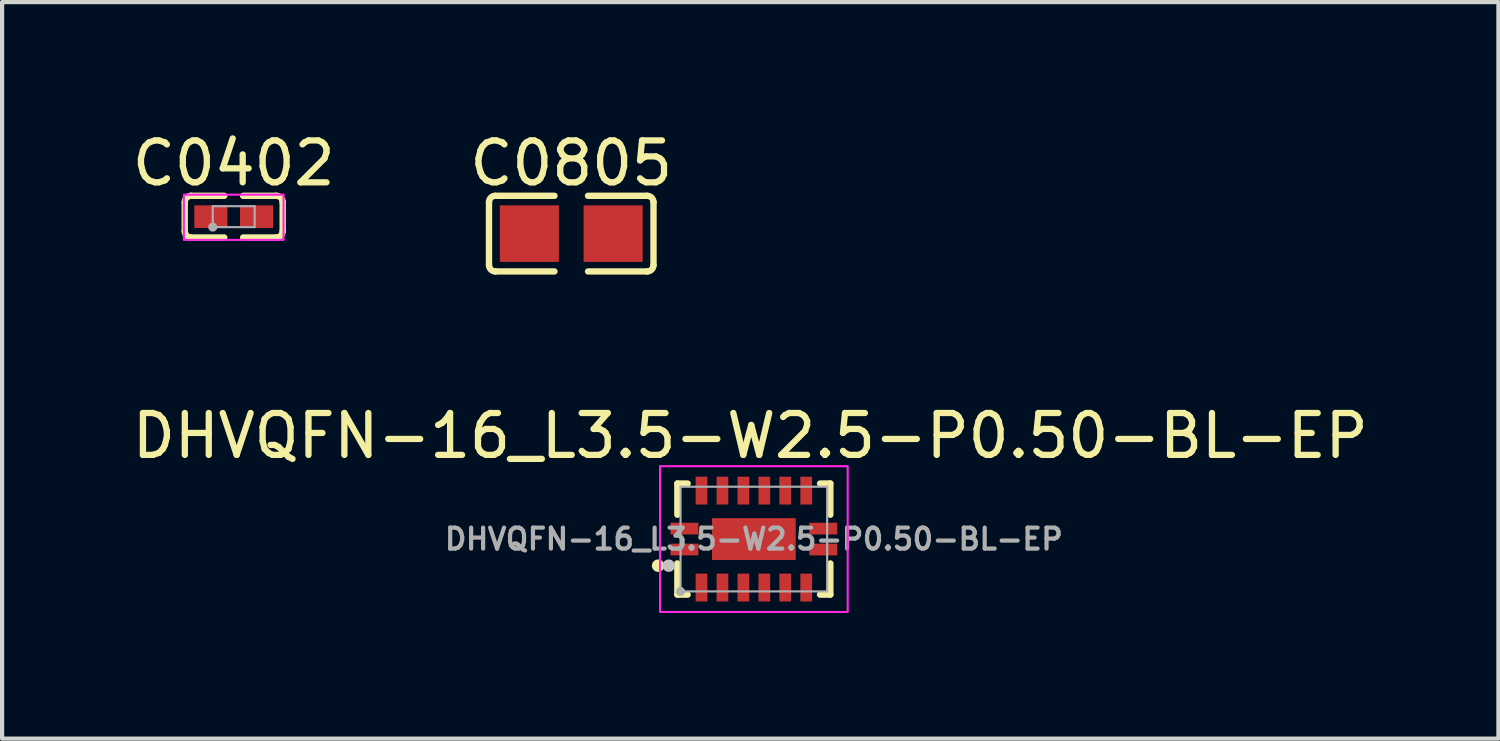
<source format=kicad_pcb>
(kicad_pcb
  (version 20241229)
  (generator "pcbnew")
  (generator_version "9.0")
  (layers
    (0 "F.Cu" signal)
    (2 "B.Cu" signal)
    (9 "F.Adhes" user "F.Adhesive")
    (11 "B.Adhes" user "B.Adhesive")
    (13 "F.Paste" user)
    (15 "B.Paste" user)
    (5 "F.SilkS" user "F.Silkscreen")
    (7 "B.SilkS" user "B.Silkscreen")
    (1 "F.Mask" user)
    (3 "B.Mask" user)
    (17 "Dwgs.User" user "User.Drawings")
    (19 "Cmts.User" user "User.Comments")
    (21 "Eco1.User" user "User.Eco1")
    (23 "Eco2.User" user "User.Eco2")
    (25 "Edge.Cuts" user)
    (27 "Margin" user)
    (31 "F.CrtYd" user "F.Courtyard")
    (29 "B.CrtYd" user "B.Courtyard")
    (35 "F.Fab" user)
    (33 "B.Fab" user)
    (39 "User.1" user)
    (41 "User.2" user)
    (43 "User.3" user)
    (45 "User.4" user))
  (footprint "C0805"
    (layer "F.Cu")
    (at 10.589 2.528)
    (property "Reference" "C0805" (at 0 -1.68 0) (layer "F.SilkS") (effects (font (size 1 1) (thickness 0.15))))
    (fp_line (start -1.964 0.751) (end -1.964 -0.751) (stroke (width 0.152) (type default)) (layer "F.SilkS"))
    (fp_line (start -1.811 -0.903) (end -0.401 -0.903) (stroke (width 0.152) (type default)) (layer "F.SilkS"))
    (fp_line (start -0.401 0.903) (end -1.811 0.903) (stroke (width 0.152) (type default)) (layer "F.SilkS"))
    (fp_line (start 0.401 0.903) (end 1.811 0.903) (stroke (width 0.152) (type default)) (layer "F.SilkS"))
    (fp_line (start 1.811 -0.903) (end 0.401 -0.903) (stroke (width 0.152) (type default)) (layer "F.SilkS"))
    (fp_line (start 1.964 0.751) (end 1.964 -0.751) (stroke (width 0.152) (type default)) (layer "F.SilkS"))
    (fp_arc (start -1.9635 -0.751) (mid -1.918834 -0.858834) (end -1.811 -0.9035) (stroke (width 0.1525) (type default)) (layer "F.SilkS"))
    (fp_arc (start -1.811 0.9035) (mid -1.918834 0.858834) (end -1.9635 0.751) (stroke (width 0.1525) (type default)) (layer "F.SilkS"))
    (fp_arc (start 1.811 -0.9035) (mid 1.918834 -0.858834) (end 1.9635 -0.751) (stroke (width 0.1525) (type default)) (layer "F.SilkS"))
    (fp_arc (start 1.9635 0.751) (mid 1.918834 0.858834) (end 1.811 0.9035) (stroke (width 0.1525) (type default)) (layer "F.SilkS"))
    (fp_poly (pts (xy -1.705 0.64) (xy -1.705 -0.64) (xy -1.655 -0.69) (xy -0.505 -0.69) (xy -0.455 -0.64) (xy -0.45 -0.23) (xy -0.9 -0.23) (xy -0.9 0.22) (xy -0.46 0.22) (xy -0.455 0.64) (xy -0.505 0.69) (xy -1.655 0.69)) (stroke (width 0) (type default)) (fill yes) (layer "F.Paste"))
    (fp_poly (pts (xy 1.705 -0.64) (xy 1.705 0.64) (xy 1.655 0.69) (xy 0.505 0.69) (xy 0.455 0.64) (xy 0.45 0.23) (xy 0.9 0.23) (xy 0.9 -0.22) (xy 0.46 -0.22) (xy 0.455 -0.64) (xy 0.505 -0.69) (xy 1.655 -0.69)) (stroke (width 0) (type default)) (fill yes) (layer "F.Paste"))
    (fp_poly (pts (xy -1 0.625) (xy -1 -0.625) (xy -0.5 -0.625) (xy -0.5 0.625)) (stroke (width 0.1) (type default)) (fill no) (layer "User.1"))
    (fp_poly (pts (xy 1 -0.625) (xy 1 0.625) (xy 0.5 0.625) (xy 0.5 -0.625)) (stroke (width 0.1) (type default)) (fill no) (layer "User.1"))
    (fp_line (start -1 -0.625) (end 1 -0.625) (stroke (width 0.051) (type default)) (layer "User.2"))
    (fp_line (start -1 0.625) (end -1 -0.625) (stroke (width 0.051) (type default)) (layer "User.2"))
    (fp_line (start 1 -0.625) (end 1 0.625) (stroke (width 0.051) (type default)) (layer "User.2"))
    (fp_line (start 1 0.625) (end -1 0.625) (stroke (width 0.051) (type default)) (layer "User.2"))
    (fp_poly (pts (xy -0.945 0.602) (xy -0.977 0.57) (xy -1.023 0.57) (xy -1.055 0.602) (xy -1.055 0.648) (xy -1.023 0.68) (xy -0.977 0.68) (xy -0.945 0.648)) (stroke (width 0.1) (type default)) (fill no) (layer "User.3"))
    (pad "1" smd rect (at -1 0) (size 1.41 1.35) (layers "F.Cu" "F.Mask" "F.Paste"))
    (pad "2" smd rect (at 1 0) (size 1.41 1.35) (layers "F.Cu" "F.Mask" "F.Paste")))
  (footprint "DHVQFN-16_L3.5-W2.5-P0.50-BL-EP"
    (layer "F.Cu")
    (at 14.949 9.821)
    (property "Reference" "DHVQFN-16_L3.5-W2.5-P0.50-BL-EP" (at -0.086 -2.465 0) (layer "F.SilkS") (effects (font (size 1 1) (thickness 0.15))))
    (fp_line (start -1.826 -1.326) (end -1.581 -1.326) (stroke (width 0.152) (type default)) (layer "F.SilkS"))
    (fp_line (start -1.826 -0.581) (end -1.826 -1.326) (stroke (width 0.152) (type default)) (layer "F.SilkS"))
    (fp_line (start -1.826 0.581) (end -1.826 1.326) (stroke (width 0.152) (type default)) (layer "F.SilkS"))
    (fp_line (start -1.826 1.326) (end -1.581 1.326) (stroke (width 0.152) (type default)) (layer "F.SilkS"))
    (fp_line (start 1.826 -1.326) (end 1.581 -1.326) (stroke (width 0.152) (type default)) (layer "F.SilkS"))
    (fp_line (start 1.826 -0.581) (end 1.826 -1.326) (stroke (width 0.152) (type default)) (layer "F.SilkS"))
    (fp_line (start 1.826 0.581) (end 1.826 1.326) (stroke (width 0.152) (type default)) (layer "F.SilkS"))
    (fp_line (start 1.826 1.326) (end 1.581 1.326) (stroke (width 0.152) (type default)) (layer "F.SilkS"))
    (fp_circle (center -2.286 0.635) (end -2.211 0.635) (stroke (width 0.15) (type default)) (fill no) (layer "F.SilkS"))
    (fp_poly (pts (xy -1.99 -0.39) (xy -1.99 -0.11) (xy -1.325 -0.11) (xy -1.325 -0.39)) (stroke (width 0) (type default)) (fill yes) (layer "F.Paste"))
    (fp_poly (pts (xy -1.99 0.11) (xy -1.99 0.39) (xy -1.325 0.39) (xy -1.325 0.11)) (stroke (width 0) (type default)) (fill yes) (layer "F.Paste"))
    (fp_poly (pts (xy -1.11 -0.825) (xy -1.11 -1.49) (xy -1.39 -1.49) (xy -1.39 -0.825)) (stroke (width 0) (type default)) (fill yes) (layer "F.Paste"))
    (fp_poly (pts (xy -1.11 1.49) (xy -1.11 0.825) (xy -1.39 0.825) (xy -1.39 1.49)) (stroke (width 0) (type default)) (fill yes) (layer "F.Paste"))
    (fp_poly (pts (xy -0.89 -1.49) (xy -0.89 -0.825) (xy -0.61 -0.825) (xy -0.61 -1.49)) (stroke (width 0) (type default)) (fill yes) (layer "F.Paste"))
    (fp_poly (pts (xy -0.8 0.4) (xy -0.8 -0.4) (xy 0.8 -0.4) (xy 0.8 0.4)) (stroke (width 0) (type default)) (fill yes) (layer "F.Paste"))
    (fp_poly (pts (xy -0.61 1.49) (xy -0.61 0.825) (xy -0.89 0.825) (xy -0.89 1.49)) (stroke (width 0) (type default)) (fill yes) (layer "F.Paste"))
    (fp_poly (pts (xy -0.39 -1.49) (xy -0.39 -0.825) (xy -0.11 -0.825) (xy -0.11 -1.49)) (stroke (width 0) (type default)) (fill yes) (layer "F.Paste"))
    (fp_poly (pts (xy -0.39 0.825) (xy -0.39 1.49) (xy -0.11 1.49) (xy -0.11 0.825)) (stroke (width 0) (type default)) (fill yes) (layer "F.Paste"))
    (fp_poly (pts (xy 0.11 -1.49) (xy 0.11 -0.825) (xy 0.39 -0.825) (xy 0.39 -1.49)) (stroke (width 0) (type default)) (fill yes) (layer "F.Paste"))
    (fp_poly (pts (xy 0.11 0.825) (xy 0.11 1.49) (xy 0.39 1.49) (xy 0.39 0.825)) (stroke (width 0) (type default)) (fill yes) (layer "F.Paste"))
    (fp_poly (pts (xy 0.61 -1.49) (xy 0.61 -0.825) (xy 0.89 -0.825) (xy 0.89 -1.49)) (stroke (width 0) (type default)) (fill yes) (layer "F.Paste"))
    (fp_poly (pts (xy 0.61 0.825) (xy 0.61 1.49) (xy 0.89 1.49) (xy 0.89 0.825)) (stroke (width 0) (type default)) (fill yes) (layer "F.Paste"))
    (fp_poly (pts (xy 1.11 -1.49) (xy 1.11 -0.825) (xy 1.39 -0.825) (xy 1.39 -1.49)) (stroke (width 0) (type default)) (fill yes) (layer "F.Paste"))
    (fp_poly (pts (xy 1.11 0.825) (xy 1.11 1.49) (xy 1.39 1.49) (xy 1.39 0.825)) (stroke (width 0) (type default)) (fill yes) (layer "F.Paste"))
    (fp_poly (pts (xy 1.325 -0.39) (xy 1.325 -0.11) (xy 1.99 -0.11) (xy 1.99 -0.39)) (stroke (width 0) (type default)) (fill yes) (layer "F.Paste"))
    (fp_poly (pts (xy 1.325 0.11) (xy 1.325 0.39) (xy 1.99 0.39) (xy 1.99 0.11)) (stroke (width 0) (type default)) (fill yes) (layer "F.Paste"))
    (fp_circle (center -2.032 0.635) (end -1.957 0.635) (stroke (width 0.15) (type default)) (fill no) (layer "Dwgs.User"))
    (fp_rect (start -2.24 -1.74) (end 2.24 1.74) (stroke (width 0.05) (type default)) (fill no) (layer "F.CrtYd"))
    (fp_line (start -1.75 -1.25) (end 1.75 -1.25) (stroke (width 0.051) (type default)) (layer "F.Fab"))
    (fp_line (start -1.75 1.25) (end -1.75 -1.25) (stroke (width 0.051) (type default)) (layer "F.Fab"))
    (fp_line (start 1.75 -1.25) (end 1.75 1.25) (stroke (width 0.051) (type default)) (layer "F.Fab"))
    (fp_line (start 1.75 1.25) (end -1.75 1.25) (stroke (width 0.051) (type default)) (layer "F.Fab"))
    (fp_poly (pts (xy -1.695 1.227) (xy -1.727 1.195) (xy -1.773 1.195) (xy -1.805 1.227) (xy -1.805 1.273) (xy -1.773 1.305) (xy -1.727 1.305) (xy -1.695 1.273)) (stroke (width 0.1) (type default)) (fill no) (layer "F.Fab"))
    (fp_poly (pts (xy -1.37 -1.25) (xy -1.37 -0.85) (xy -1.13 -0.85) (xy -1.13 -1.25)) (stroke (width 0.1) (type default)) (fill no) (layer "User.1"))
    (fp_poly (pts (xy -1.37 1.25) (xy -1.37 0.85) (xy -1.13 0.85) (xy -1.13 1.25)) (stroke (width 0.1) (type default)) (fill no) (layer "User.1"))
    (fp_poly (pts (xy -1.35 -0.13) (xy -1.35 -0.37) (xy -1.75 -0.37) (xy -1.75 -0.13)) (stroke (width 0.1) (type default)) (fill no) (layer "User.1"))
    (fp_poly (pts (xy -1.35 0.37) (xy -1.35 0.13) (xy -1.75 0.13) (xy -1.75 0.37)) (stroke (width 0.1) (type default)) (fill no) (layer "User.1"))
    (fp_poly (pts (xy -1 0.5) (xy -1 -0.5) (xy 1 -0.5) (xy 1 0.5)) (stroke (width 0.1) (type default)) (fill no) (layer "User.1"))
    (fp_poly (pts (xy -0.87 -1.25) (xy -0.87 -0.85) (xy -0.63 -0.85) (xy -0.63 -1.25)) (stroke (width 0.1) (type default)) (fill no) (layer "User.1"))
    (fp_poly (pts (xy -0.87 1.25) (xy -0.87 0.85) (xy -0.63 0.85) (xy -0.63 1.25)) (stroke (width 0.1) (type default)) (fill no) (layer "User.1"))
    (fp_poly (pts (xy -0.37 -1.25) (xy -0.37 -0.85) (xy -0.13 -0.85) (xy -0.13 -1.25)) (stroke (width 0.1) (type default)) (fill no) (layer "User.1"))
    (fp_poly (pts (xy -0.37 1.25) (xy -0.37 0.85) (xy -0.13 0.85) (xy -0.13 1.25)) (stroke (width 0.1) (type default)) (fill no) (layer "User.1"))
    (fp_poly (pts (xy 0.13 -1.25) (xy 0.13 -0.85) (xy 0.37 -0.85) (xy 0.37 -1.25)) (stroke (width 0.1) (type default)) (fill no) (layer "User.1"))
    (fp_poly (pts (xy 0.13 1.25) (xy 0.13 0.85) (xy 0.37 0.85) (xy 0.37 1.25)) (stroke (width 0.1) (type default)) (fill no) (layer "User.1"))
    (fp_poly (pts (xy 0.63 -1.25) (xy 0.63 -0.85) (xy 0.87 -0.85) (xy 0.87 -1.25)) (stroke (width 0.1) (type default)) (fill no) (layer "User.1"))
    (fp_poly (pts (xy 0.63 1.25) (xy 0.63 0.85) (xy 0.87 0.85) (xy 0.87 1.25)) (stroke (width 0.1) (type default)) (fill no) (layer "User.1"))
    (fp_poly (pts (xy 1.13 -1.25) (xy 1.13 -0.85) (xy 1.37 -0.85) (xy 1.37 -1.25)) (stroke (width 0.1) (type default)) (fill no) (layer "User.1"))
    (fp_poly (pts (xy 1.13 1.25) (xy 1.13 0.85) (xy 1.37 0.85) (xy 1.37 1.25)) (stroke (width 0.1) (type default)) (fill no) (layer "User.1"))
    (fp_poly (pts (xy 1.35 -0.13) (xy 1.35 -0.37) (xy 1.75 -0.37) (xy 1.75 -0.13)) (stroke (width 0.1) (type default)) (fill no) (layer "User.1"))
    (fp_poly (pts (xy 1.35 0.37) (xy 1.35 0.13) (xy 1.75 0.13) (xy 1.75 0.37)) (stroke (width 0.1) (type default)) (fill no) (layer "User.1"))
    (fp_text user "${REFERENCE}" (at 0 0 0) (layer "F.Fab") (effects (font (size 0.5 0.5) (thickness 0.1))))
    (pad "1" smd rect (at -1.657 0.25) (size 0.665 0.28) (layers "F.Cu" "F.Mask" "F.Paste"))
    (pad "2" smd rect (at -1.25 1.157) (size 0.28 0.665) (layers "F.Cu" "F.Mask" "F.Paste"))
    (pad "3" smd rect (at -0.75 1.157) (size 0.28 0.665) (layers "F.Cu" "F.Mask" "F.Paste"))
    (pad "4" smd rect (at -0.25 1.157) (size 0.28 0.665) (layers "F.Cu" "F.Mask" "F.Paste"))
    (pad "5" smd rect (at 0.25 1.157) (size 0.28 0.665) (layers "F.Cu" "F.Mask" "F.Paste"))
    (pad "6" smd rect (at 0.75 1.157) (size 0.28 0.665) (layers "F.Cu" "F.Mask" "F.Paste"))
    (pad "7" smd rect (at 1.25 1.157) (size 0.28 0.665) (layers "F.Cu" "F.Mask" "F.Paste"))
    (pad "8" smd rect (at 1.657 0.25) (size 0.665 0.28) (layers "F.Cu" "F.Mask" "F.Paste"))
    (pad "9" smd rect (at 1.657 -0.25) (size 0.665 0.28) (layers "F.Cu" "F.Mask" "F.Paste"))
    (pad "10" smd rect (at 1.25 -1.157) (size 0.28 0.665) (layers "F.Cu" "F.Mask" "F.Paste"))
    (pad "11" smd rect (at 0.75 -1.157) (size 0.28 0.665) (layers "F.Cu" "F.Mask" "F.Paste"))
    (pad "12" smd rect (at 0.25 -1.157) (size 0.28 0.665) (layers "F.Cu" "F.Mask" "F.Paste"))
    (pad "13" smd rect (at -0.25 -1.157) (size 0.28 0.665) (layers "F.Cu" "F.Mask" "F.Paste"))
    (pad "14" smd rect (at -0.75 -1.157) (size 0.28 0.665) (layers "F.Cu" "F.Mask" "F.Paste"))
    (pad "15" smd rect (at -1.25 -1.157) (size 0.28 0.665) (layers "F.Cu" "F.Mask" "F.Paste"))
    (pad "16" smd rect (at -1.657 -0.25) (size 0.665 0.28) (layers "F.Cu" "F.Mask" "F.Paste"))
    (pad "17" smd rect (at 0 0) (size 2 1) (layers "F.Cu" "F.Mask" "F.Paste")))
  (footprint "C0402"
    (layer "F.Cu")
    (at 2.53 2.123)
    (property "Reference" "C0402" (at 0 -1.275 0) (layer "F.SilkS") (effects (font (size 1 1) (thickness 0.15))))
    (fp_line (start -1.169 0.346) (end -1.169 -0.346) (stroke (width 0.152) (type default)) (layer "F.SilkS"))
    (fp_line (start -1.016 -0.498) (end -0.226 -0.498) (stroke (width 0.152) (type default)) (layer "F.SilkS"))
    (fp_line (start -0.226 0.498) (end -1.016 0.498) (stroke (width 0.152) (type default)) (layer "F.SilkS"))
    (fp_line (start 0.226 0.498) (end 1.016 0.498) (stroke (width 0.152) (type default)) (layer "F.SilkS"))
    (fp_line (start 1.016 -0.498) (end 0.226 -0.498) (stroke (width 0.152) (type default)) (layer "F.SilkS"))
    (fp_line (start 1.169 0.346) (end 1.169 -0.346) (stroke (width 0.152) (type default)) (layer "F.SilkS"))
    (fp_arc (start -1.1685 -0.346) (mid -1.12398 -0.45348) (end -1.0165 -0.4985) (stroke (width 0.1525) (type default)) (layer "F.SilkS"))
    (fp_arc (start -1.0165 0.4985) (mid -1.124334 0.453834) (end -1.1685 0.346) (stroke (width 0.1525) (type default)) (layer "F.SilkS"))
    (fp_arc (start 1.0165 -0.4985) (mid 1.124334 -0.453834) (end 1.1685 -0.346) (stroke (width 0.1525) (type default)) (layer "F.SilkS"))
    (fp_arc (start 1.1685 0.346) (mid 1.12398 0.45348) (end 1.0165 0.4985) (stroke (width 0.1525) (type default)) (layer "F.SilkS"))
    (fp_poly (pts (xy -0.18 -0.225) (xy -0.18 0.225) (xy -0.25 0.275) (xy -0.73 0.275) (xy -0.78 0.225) (xy -0.78 -0.225) (xy -0.73 -0.275) (xy -0.25 -0.275)) (stroke (width 0) (type default)) (fill yes) (layer "F.Paste"))
    (fp_poly (pts (xy 0.78 -0.225) (xy 0.78 0.225) (xy 0.73 0.275) (xy 0.25 0.275) (xy 0.18 0.225) (xy 0.18 -0.225) (xy 0.25 -0.275) (xy 0.73 -0.275)) (stroke (width 0) (type default)) (fill yes) (layer "F.Paste"))
    (fp_rect (start -1.19 -0.525) (end 1.19 0.555) (stroke (width 0.05) (type default)) (fill no) (layer "F.CrtYd"))
    (fp_line (start -0.5 -0.25) (end 0.5 -0.25) (stroke (width 0.051) (type default)) (layer "F.Fab"))
    (fp_line (start -0.5 0.25) (end -0.5 -0.25) (stroke (width 0.051) (type default)) (layer "F.Fab"))
    (fp_line (start 0.5 -0.25) (end 0.5 0.25) (stroke (width 0.051) (type default)) (layer "F.Fab"))
    (fp_line (start 0.5 0.25) (end -0.5 0.25) (stroke (width 0.051) (type default)) (layer "F.Fab"))
    (fp_poly (pts (xy -0.445 0.227) (xy -0.477 0.195) (xy -0.523 0.195) (xy -0.555 0.227) (xy -0.555 0.273) (xy -0.523 0.305) (xy -0.477 0.305) (xy -0.445 0.273)) (stroke (width 0.1) (type default)) (fill no) (layer "F.Fab"))
    (fp_poly (pts (xy -0.5 0.25) (xy -0.5 -0.25) (xy -0.25 -0.25) (xy -0.25 0.25)) (stroke (width 0.1) (type default)) (fill no) (layer "User.1"))
    (fp_poly (pts (xy 0.5 0.25) (xy 0.5 -0.25) (xy 0.25 -0.25) (xy 0.25 0.25)) (stroke (width 0.1) (type default)) (fill no) (layer "User.1"))
    (pad "1" smd rect (at -0.545 0) (size 0.79 0.54) (layers "F.Cu" "F.Mask" "F.Paste"))
    (pad "2" smd rect (at 0.545 0) (size 0.79 0.54) (layers "F.Cu" "F.Mask" "F.Paste")))
  (gr_rect
    (start -3 -3)
    (end 32.726 14.586)
    (stroke (width 0.1) (type default))
    (fill no)
    (layer "Edge.Cuts")))
</source>
